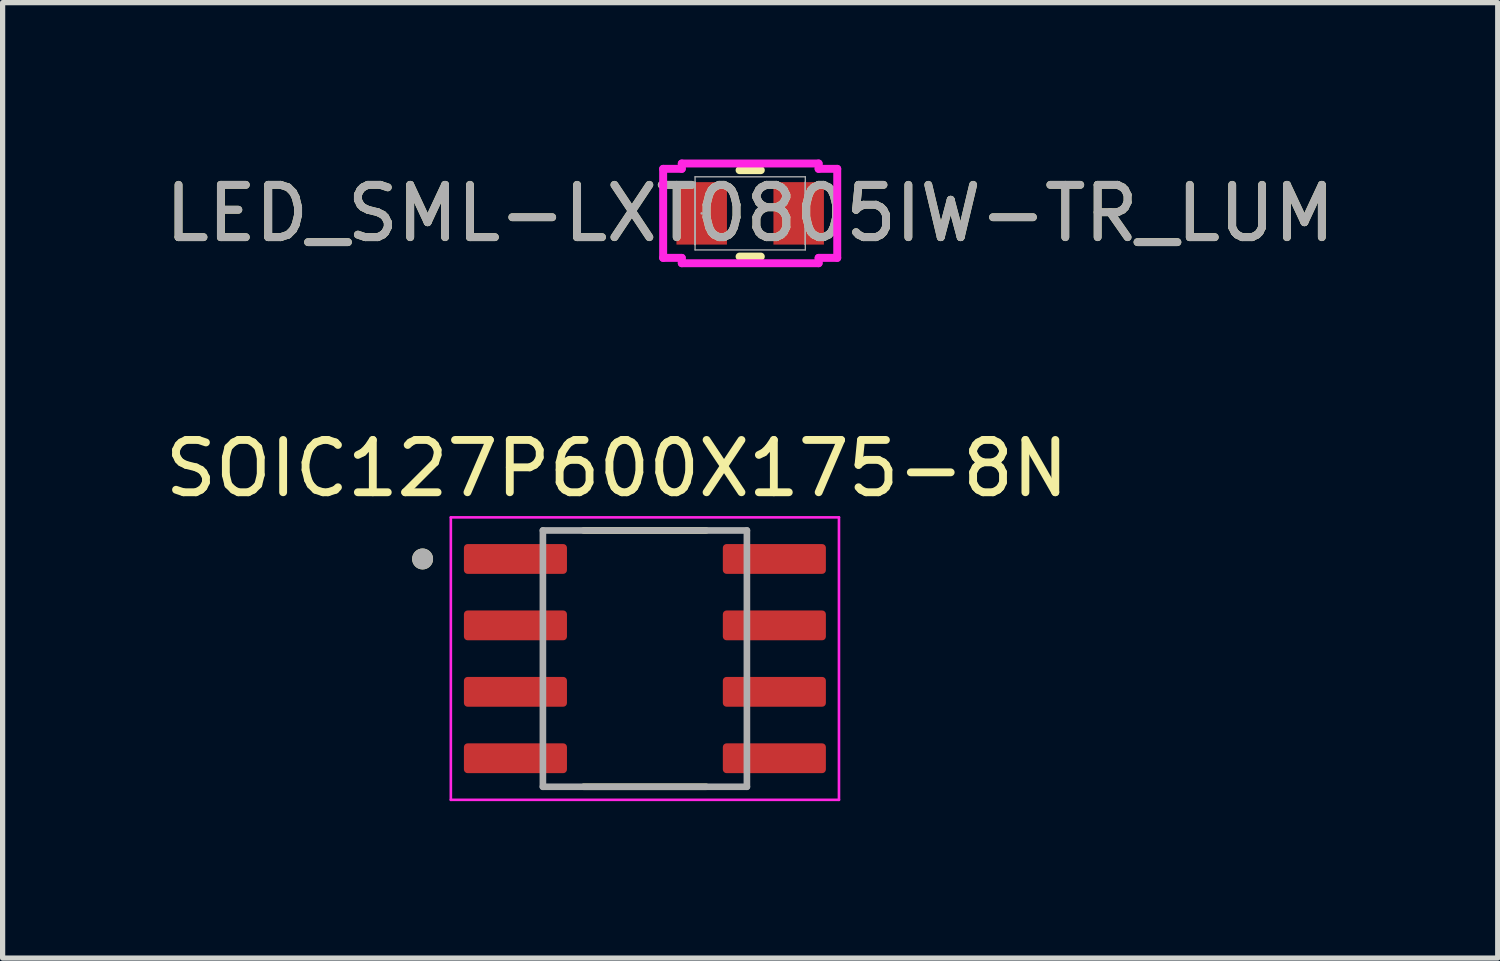
<source format=kicad_pcb>
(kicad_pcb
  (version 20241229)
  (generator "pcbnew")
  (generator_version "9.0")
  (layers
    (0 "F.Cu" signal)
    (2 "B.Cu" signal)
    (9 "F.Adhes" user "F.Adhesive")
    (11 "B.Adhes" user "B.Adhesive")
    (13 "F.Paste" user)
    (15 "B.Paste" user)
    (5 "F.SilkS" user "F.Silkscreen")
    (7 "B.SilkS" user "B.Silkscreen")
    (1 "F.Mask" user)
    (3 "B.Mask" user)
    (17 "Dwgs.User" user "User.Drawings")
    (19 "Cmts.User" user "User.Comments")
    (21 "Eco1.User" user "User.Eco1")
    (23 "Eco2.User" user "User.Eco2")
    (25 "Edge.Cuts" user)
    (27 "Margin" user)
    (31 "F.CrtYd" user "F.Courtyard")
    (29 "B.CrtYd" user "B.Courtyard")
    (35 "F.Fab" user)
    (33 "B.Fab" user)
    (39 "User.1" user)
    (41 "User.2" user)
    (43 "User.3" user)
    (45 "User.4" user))
  (footprint "SOIC127P600X175-8N"
    (layer "F.Cu")
    (at 9.279 9.541)
    (property "Reference" "SOIC127P600X175-8N" (at -0.535 -3.635 0) (layer "F.SilkS") (effects (font (size 1 1) (thickness 0.15))))
    (attr smd)
    (fp_line (start -1.17 -2.45) (end 1.17 -2.45) (stroke (width 0.127) (type solid)) (layer "F.SilkS"))
    (fp_line (start -1.17 2.45) (end 1.17 2.45) (stroke (width 0.127) (type solid)) (layer "F.SilkS"))
    (fp_circle (center -4.25 -1.905) (end -4.15 -1.905) (stroke (width 0.2) (type solid)) (fill no) (layer "F.SilkS"))
    (fp_line (start -3.71 -2.7) (end -3.71 2.7) (stroke (width 0.05) (type solid)) (layer "F.CrtYd"))
    (fp_line (start -3.71 -2.7) (end 3.71 -2.7) (stroke (width 0.05) (type solid)) (layer "F.CrtYd"))
    (fp_line (start -3.71 2.7) (end 3.71 2.7) (stroke (width 0.05) (type solid)) (layer "F.CrtYd"))
    (fp_line (start 3.71 -2.7) (end 3.71 2.7) (stroke (width 0.05) (type solid)) (layer "F.CrtYd"))
    (fp_line (start -1.95 -2.45) (end -1.95 2.45) (stroke (width 0.127) (type solid)) (layer "F.Fab"))
    (fp_line (start -1.95 -2.45) (end 1.95 -2.45) (stroke (width 0.127) (type solid)) (layer "F.Fab"))
    (fp_line (start -1.95 2.45) (end 1.95 2.45) (stroke (width 0.127) (type solid)) (layer "F.Fab"))
    (fp_line (start 1.95 -2.45) (end 1.95 2.45) (stroke (width 0.127) (type solid)) (layer "F.Fab"))
    (fp_circle (center -4.25 -1.905) (end -4.15 -1.905) (stroke (width 0.2) (type solid)) (fill no) (layer "F.Fab"))
    (pad "1" smd roundrect (at -2.475 -1.905) (size 1.97 0.57) (layers "F.Cu" "F.Mask" "F.Paste") (roundrect_rratio 0.125))
    (pad "2" smd roundrect (at -2.475 -0.635) (size 1.97 0.57) (layers "F.Cu" "F.Mask" "F.Paste") (roundrect_rratio 0.125))
    (pad "3" smd roundrect (at -2.475 0.635) (size 1.97 0.57) (layers "F.Cu" "F.Mask" "F.Paste") (roundrect_rratio 0.125))
    (pad "4" smd roundrect (at -2.475 1.905) (size 1.97 0.57) (layers "F.Cu" "F.Mask" "F.Paste") (roundrect_rratio 0.125))
    (pad "5" smd roundrect (at 2.475 1.905) (size 1.97 0.57) (layers "F.Cu" "F.Mask" "F.Paste") (roundrect_rratio 0.125))
    (pad "6" smd roundrect (at 2.475 0.635) (size 1.97 0.57) (layers "F.Cu" "F.Mask" "F.Paste") (roundrect_rratio 0.125))
    (pad "7" smd roundrect (at 2.475 -0.635) (size 1.97 0.57) (layers "F.Cu" "F.Mask" "F.Paste") (roundrect_rratio 0.125))
    (pad "8" smd roundrect (at 2.475 -1.905) (size 1.97 0.57) (layers "F.Cu" "F.Mask" "F.Paste") (roundrect_rratio 0.125)))
  (footprint "LED_SML-LXT0805IW-TR_LUM"
    (layer "F.Cu")
    (at 11.292 1.029)
    (property "Reference" "LED_SML-LXT0805IW-TR_LUM" (at 0 0 0) (unlocked yes) (layer "F.SilkS") (effects (font (size 1 1) (thickness 0.15))))
    (attr smd)
    (fp_line (start -0.203 0.826) (end 0.203 0.826) (stroke (width 0.152) (type solid)) (layer "F.SilkS"))
    (fp_line (start 0.203 -0.826) (end -0.203 -0.826) (stroke (width 0.152) (type solid)) (layer "F.SilkS"))
    (fp_line (start -1.664 -0.851) (end -1.308 -0.851) (stroke (width 0.152) (type solid)) (layer "F.CrtYd"))
    (fp_line (start -1.664 0.851) (end -1.664 -0.851) (stroke (width 0.152) (type solid)) (layer "F.CrtYd"))
    (fp_line (start -1.308 -0.953) (end 1.308 -0.953) (stroke (width 0.152) (type solid)) (layer "F.CrtYd"))
    (fp_line (start -1.308 -0.851) (end -1.308 -0.953) (stroke (width 0.152) (type solid)) (layer "F.CrtYd"))
    (fp_line (start -1.308 0.851) (end -1.664 0.851) (stroke (width 0.152) (type solid)) (layer "F.CrtYd"))
    (fp_line (start -1.308 0.953) (end -1.308 0.851) (stroke (width 0.152) (type solid)) (layer "F.CrtYd"))
    (fp_line (start 1.308 -0.953) (end 1.308 -0.851) (stroke (width 0.152) (type solid)) (layer "F.CrtYd"))
    (fp_line (start 1.308 -0.851) (end 1.664 -0.851) (stroke (width 0.152) (type solid)) (layer "F.CrtYd"))
    (fp_line (start 1.308 0.851) (end 1.308 0.953) (stroke (width 0.152) (type solid)) (layer "F.CrtYd"))
    (fp_line (start 1.308 0.953) (end -1.308 0.953) (stroke (width 0.152) (type solid)) (layer "F.CrtYd"))
    (fp_line (start 1.664 -0.851) (end 1.664 0.851) (stroke (width 0.152) (type solid)) (layer "F.CrtYd"))
    (fp_line (start 1.664 0.851) (end 1.308 0.851) (stroke (width 0.152) (type solid)) (layer "F.CrtYd"))
    (fp_line (start -1.054 -0.699) (end -1.054 0.699) (stroke (width 0.025) (type solid)) (layer "F.Fab"))
    (fp_line (start -1.054 -0.597) (end -1.054 -0.597) (stroke (width 0.025) (type solid)) (layer "F.Fab"))
    (fp_line (start -1.054 -0.597) (end -1.054 0.597) (stroke (width 0.025) (type solid)) (layer "F.Fab"))
    (fp_line (start -1.054 0.597) (end -1.054 -0.597) (stroke (width 0.025) (type solid)) (layer "F.Fab"))
    (fp_line (start -1.054 0.597) (end -1.054 0.597) (stroke (width 0.025) (type solid)) (layer "F.Fab"))
    (fp_line (start -1.054 0.699) (end 1.054 0.699) (stroke (width 0.025) (type solid)) (layer "F.Fab"))
    (fp_line (start 1.054 -0.699) (end -1.054 -0.699) (stroke (width 0.025) (type solid)) (layer "F.Fab"))
    (fp_line (start 1.054 -0.597) (end 1.054 -0.597) (stroke (width 0.025) (type solid)) (layer "F.Fab"))
    (fp_line (start 1.054 -0.597) (end 1.054 0.597) (stroke (width 0.025) (type solid)) (layer "F.Fab"))
    (fp_line (start 1.054 0.597) (end 1.054 -0.597) (stroke (width 0.025) (type solid)) (layer "F.Fab"))
    (fp_line (start 1.054 0.597) (end 1.054 0.597) (stroke (width 0.025) (type solid)) (layer "F.Fab"))
    (fp_line (start 1.054 0.699) (end 1.054 -0.699) (stroke (width 0.025) (type solid)) (layer "F.Fab"))
    (fp_circle (center -0.927 0) (end -0.927 0) (stroke (width 0.025) (type solid)) (fill no) (layer "F.Fab"))
    (fp_text user "${REFERENCE}" (at 0 0 0) (unlocked yes) (layer "F.Fab") (effects (font (size 1 1) (thickness 0.15))))
    (pad "1" smd rect (at -0.927 0) (size 0.965 1.194) (layers "F.Cu" "F.Mask" "F.Paste"))
    (pad "2" smd rect (at 0.927 0) (size 0.965 1.194) (layers "F.Cu" "F.Mask" "F.Paste"))
    (zone (net_name "") (layer "F.Cu") (hatch full 0.508) (connect_pads) (min_thickness 0.254) (filled_areas_thickness no) (keepout (tracks not_allowed) (vias not_allowed) (pads allowed) (copperpour not_allowed) (footprints allowed)) (placement (enabled no)) (fill) (polygon (pts (xy 10.898 0.381) (xy 11.685 0.381) (xy 11.685 1.676) (xy 10.898 1.676)))))
  (gr_rect
    (start -3 -3)
    (end 25.583 15.266)
    (stroke (width 0.1) (type default))
    (fill no)
    (layer "Edge.Cuts")))
</source>
